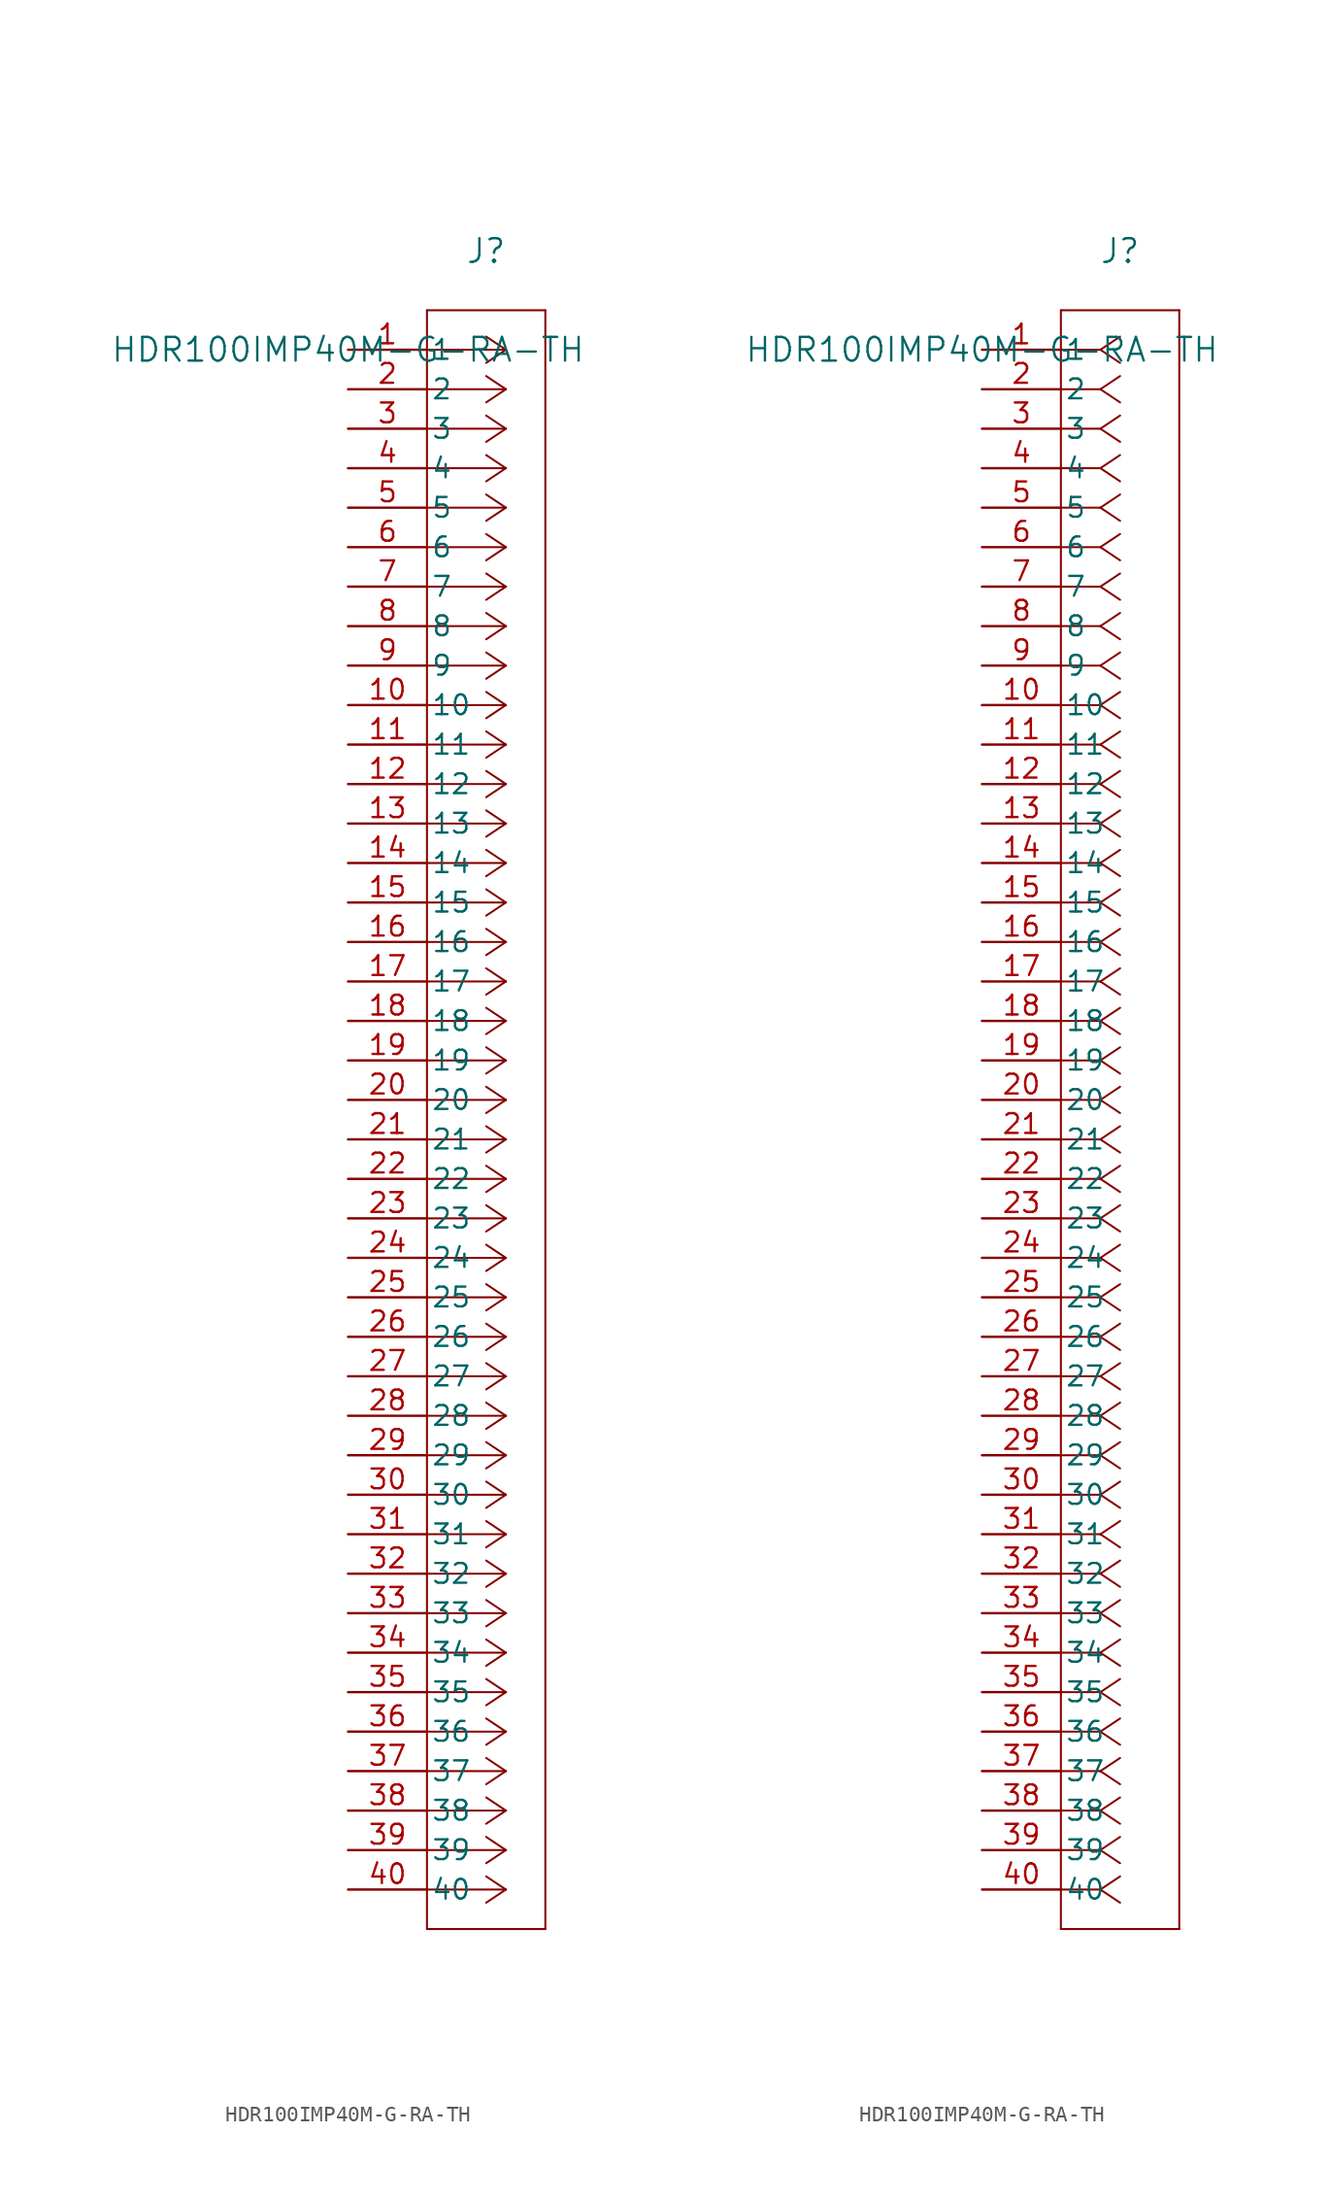
<source format=kicad_sym>
(kicad_symbol_lib
  (version 20211014)
  (generator kicad_symbol_editor)
  (symbol "HDR100IMP40M-G-RA-TH"
    (pin_names
      (offset 0.254))
    (property "Reference" "J"
      (at 8.89 6.35 0)
      (effects (font (size 1.524 1.524))))
    (property "Value" "HDR100IMP40M-G-RA-TH"
      (at 0 0 0)
      (effects (font (size 1.524 1.524))))
    (symbol "HDR100IMP40M-G-RA-TH_1_1"
      (polyline (pts (xy 10.16 0) (xy 5.08 0)) (stroke (width 0.127) (type default) (color 0 0 0 0)) (fill (type none)))
      (polyline (pts (xy 10.16 -2.54) (xy 5.08 -2.54)) (stroke (width 0.127) (type default) (color 0 0 0 0)) (fill (type none)))
      (polyline (pts (xy 10.16 -5.08) (xy 5.08 -5.08)) (stroke (width 0.127) (type default) (color 0 0 0 0)) (fill (type none)))
      (polyline (pts (xy 10.16 -7.62) (xy 5.08 -7.62)) (stroke (width 0.127) (type default) (color 0 0 0 0)) (fill (type none)))
      (polyline (pts (xy 10.16 -10.16) (xy 5.08 -10.16)) (stroke (width 0.127) (type default) (color 0 0 0 0)) (fill (type none)))
      (polyline (pts (xy 10.16 -12.7) (xy 5.08 -12.7)) (stroke (width 0.127) (type default) (color 0 0 0 0)) (fill (type none)))
      (polyline (pts (xy 10.16 -15.24) (xy 5.08 -15.24)) (stroke (width 0.127) (type default) (color 0 0 0 0)) (fill (type none)))
      (polyline (pts (xy 10.16 -17.78) (xy 5.08 -17.78)) (stroke (width 0.127) (type default) (color 0 0 0 0)) (fill (type none)))
      (polyline (pts (xy 10.16 -20.32) (xy 5.08 -20.32)) (stroke (width 0.127) (type default) (color 0 0 0 0)) (fill (type none)))
      (polyline (pts (xy 10.16 -22.86) (xy 5.08 -22.86)) (stroke (width 0.127) (type default) (color 0 0 0 0)) (fill (type none)))
      (polyline (pts (xy 10.16 -25.4) (xy 5.08 -25.4)) (stroke (width 0.127) (type default) (color 0 0 0 0)) (fill (type none)))
      (polyline (pts (xy 10.16 -27.94) (xy 5.08 -27.94)) (stroke (width 0.127) (type default) (color 0 0 0 0)) (fill (type none)))
      (polyline (pts (xy 10.16 -30.48) (xy 5.08 -30.48)) (stroke (width 0.127) (type default) (color 0 0 0 0)) (fill (type none)))
      (polyline (pts (xy 10.16 -33.02) (xy 5.08 -33.02)) (stroke (width 0.127) (type default) (color 0 0 0 0)) (fill (type none)))
      (polyline (pts (xy 10.16 -35.56) (xy 5.08 -35.56)) (stroke (width 0.127) (type default) (color 0 0 0 0)) (fill (type none)))
      (polyline (pts (xy 10.16 -38.1) (xy 5.08 -38.1)) (stroke (width 0.127) (type default) (color 0 0 0 0)) (fill (type none)))
      (polyline (pts (xy 10.16 -40.64) (xy 5.08 -40.64)) (stroke (width 0.127) (type default) (color 0 0 0 0)) (fill (type none)))
      (polyline (pts (xy 10.16 -43.18) (xy 5.08 -43.18)) (stroke (width 0.127) (type default) (color 0 0 0 0)) (fill (type none)))
      (polyline (pts (xy 10.16 -45.72) (xy 5.08 -45.72)) (stroke (width 0.127) (type default) (color 0 0 0 0)) (fill (type none)))
      (polyline (pts (xy 10.16 -48.26) (xy 5.08 -48.26)) (stroke (width 0.127) (type default) (color 0 0 0 0)) (fill (type none)))
      (polyline (pts (xy 10.16 -50.8) (xy 5.08 -50.8)) (stroke (width 0.127) (type default) (color 0 0 0 0)) (fill (type none)))
      (polyline (pts (xy 10.16 -53.34) (xy 5.08 -53.34)) (stroke (width 0.127) (type default) (color 0 0 0 0)) (fill (type none)))
      (polyline (pts (xy 10.16 -55.88) (xy 5.08 -55.88)) (stroke (width 0.127) (type default) (color 0 0 0 0)) (fill (type none)))
      (polyline (pts (xy 10.16 -58.42) (xy 5.08 -58.42)) (stroke (width 0.127) (type default) (color 0 0 0 0)) (fill (type none)))
      (polyline (pts (xy 10.16 -60.96) (xy 5.08 -60.96)) (stroke (width 0.127) (type default) (color 0 0 0 0)) (fill (type none)))
      (polyline (pts (xy 10.16 -63.5) (xy 5.08 -63.5)) (stroke (width 0.127) (type default) (color 0 0 0 0)) (fill (type none)))
      (polyline (pts (xy 10.16 -66.04) (xy 5.08 -66.04)) (stroke (width 0.127) (type default) (color 0 0 0 0)) (fill (type none)))
      (polyline (pts (xy 10.16 -68.58) (xy 5.08 -68.58)) (stroke (width 0.127) (type default) (color 0 0 0 0)) (fill (type none)))
      (polyline (pts (xy 10.16 -71.12) (xy 5.08 -71.12)) (stroke (width 0.127) (type default) (color 0 0 0 0)) (fill (type none)))
      (polyline (pts (xy 10.16 -73.66) (xy 5.08 -73.66)) (stroke (width 0.127) (type default) (color 0 0 0 0)) (fill (type none)))
      (polyline (pts (xy 10.16 -76.2) (xy 5.08 -76.2)) (stroke (width 0.127) (type default) (color 0 0 0 0)) (fill (type none)))
      (polyline (pts (xy 10.16 -78.74) (xy 5.08 -78.74)) (stroke (width 0.127) (type default) (color 0 0 0 0)) (fill (type none)))
      (polyline (pts (xy 10.16 -81.28) (xy 5.08 -81.28)) (stroke (width 0.127) (type default) (color 0 0 0 0)) (fill (type none)))
      (polyline (pts (xy 10.16 -83.82) (xy 5.08 -83.82)) (stroke (width 0.127) (type default) (color 0 0 0 0)) (fill (type none)))
      (polyline (pts (xy 10.16 -86.36) (xy 5.08 -86.36)) (stroke (width 0.127) (type default) (color 0 0 0 0)) (fill (type none)))
      (polyline (pts (xy 10.16 -88.9) (xy 5.08 -88.9)) (stroke (width 0.127) (type default) (color 0 0 0 0)) (fill (type none)))
      (polyline (pts (xy 10.16 -91.44) (xy 5.08 -91.44)) (stroke (width 0.127) (type default) (color 0 0 0 0)) (fill (type none)))
      (polyline (pts (xy 10.16 -93.98) (xy 5.08 -93.98)) (stroke (width 0.127) (type default) (color 0 0 0 0)) (fill (type none)))
      (polyline (pts (xy 10.16 -96.52) (xy 5.08 -96.52)) (stroke (width 0.127) (type default) (color 0 0 0 0)) (fill (type none)))
      (polyline (pts (xy 10.16 -99.06) (xy 5.08 -99.06)) (stroke (width 0.127) (type default) (color 0 0 0 0)) (fill (type none)))
      (polyline (pts (xy 10.16 0) (xy 8.89 0.847)) (stroke (width 0.127) (type default) (color 0 0 0 0)) (fill (type none)))
      (polyline (pts (xy 10.16 -2.54) (xy 8.89 -1.693)) (stroke (width 0.127) (type default) (color 0 0 0 0)) (fill (type none)))
      (polyline (pts (xy 10.16 -5.08) (xy 8.89 -4.233)) (stroke (width 0.127) (type default) (color 0 0 0 0)) (fill (type none)))
      (polyline (pts (xy 10.16 -7.62) (xy 8.89 -6.773)) (stroke (width 0.127) (type default) (color 0 0 0 0)) (fill (type none)))
      (polyline (pts (xy 10.16 -10.16) (xy 8.89 -9.313)) (stroke (width 0.127) (type default) (color 0 0 0 0)) (fill (type none)))
      (polyline (pts (xy 10.16 -12.7) (xy 8.89 -11.853)) (stroke (width 0.127) (type default) (color 0 0 0 0)) (fill (type none)))
      (polyline (pts (xy 10.16 -15.24) (xy 8.89 -14.393)) (stroke (width 0.127) (type default) (color 0 0 0 0)) (fill (type none)))
      (polyline (pts (xy 10.16 -17.78) (xy 8.89 -16.933)) (stroke (width 0.127) (type default) (color 0 0 0 0)) (fill (type none)))
      (polyline (pts (xy 10.16 -20.32) (xy 8.89 -19.473)) (stroke (width 0.127) (type default) (color 0 0 0 0)) (fill (type none)))
      (polyline (pts (xy 10.16 -22.86) (xy 8.89 -22.013)) (stroke (width 0.127) (type default) (color 0 0 0 0)) (fill (type none)))
      (polyline (pts (xy 10.16 -25.4) (xy 8.89 -24.553)) (stroke (width 0.127) (type default) (color 0 0 0 0)) (fill (type none)))
      (polyline (pts (xy 10.16 -27.94) (xy 8.89 -27.093)) (stroke (width 0.127) (type default) (color 0 0 0 0)) (fill (type none)))
      (polyline (pts (xy 10.16 -30.48) (xy 8.89 -29.633)) (stroke (width 0.127) (type default) (color 0 0 0 0)) (fill (type none)))
      (polyline (pts (xy 10.16 -33.02) (xy 8.89 -32.173)) (stroke (width 0.127) (type default) (color 0 0 0 0)) (fill (type none)))
      (polyline (pts (xy 10.16 -35.56) (xy 8.89 -34.713)) (stroke (width 0.127) (type default) (color 0 0 0 0)) (fill (type none)))
      (polyline (pts (xy 10.16 -38.1) (xy 8.89 -37.253)) (stroke (width 0.127) (type default) (color 0 0 0 0)) (fill (type none)))
      (polyline (pts (xy 10.16 -40.64) (xy 8.89 -39.793)) (stroke (width 0.127) (type default) (color 0 0 0 0)) (fill (type none)))
      (polyline (pts (xy 10.16 -43.18) (xy 8.89 -42.333)) (stroke (width 0.127) (type default) (color 0 0 0 0)) (fill (type none)))
      (polyline (pts (xy 10.16 -45.72) (xy 8.89 -44.873)) (stroke (width 0.127) (type default) (color 0 0 0 0)) (fill (type none)))
      (polyline (pts (xy 10.16 -48.26) (xy 8.89 -47.413)) (stroke (width 0.127) (type default) (color 0 0 0 0)) (fill (type none)))
      (polyline (pts (xy 10.16 -50.8) (xy 8.89 -49.953)) (stroke (width 0.127) (type default) (color 0 0 0 0)) (fill (type none)))
      (polyline (pts (xy 10.16 -53.34) (xy 8.89 -52.493)) (stroke (width 0.127) (type default) (color 0 0 0 0)) (fill (type none)))
      (polyline (pts (xy 10.16 -55.88) (xy 8.89 -55.033)) (stroke (width 0.127) (type default) (color 0 0 0 0)) (fill (type none)))
      (polyline (pts (xy 10.16 -58.42) (xy 8.89 -57.573)) (stroke (width 0.127) (type default) (color 0 0 0 0)) (fill (type none)))
      (polyline (pts (xy 10.16 -60.96) (xy 8.89 -60.113)) (stroke (width 0.127) (type default) (color 0 0 0 0)) (fill (type none)))
      (polyline (pts (xy 10.16 -63.5) (xy 8.89 -62.653)) (stroke (width 0.127) (type default) (color 0 0 0 0)) (fill (type none)))
      (polyline (pts (xy 10.16 -66.04) (xy 8.89 -65.193)) (stroke (width 0.127) (type default) (color 0 0 0 0)) (fill (type none)))
      (polyline (pts (xy 10.16 -68.58) (xy 8.89 -67.733)) (stroke (width 0.127) (type default) (color 0 0 0 0)) (fill (type none)))
      (polyline (pts (xy 10.16 -71.12) (xy 8.89 -70.273)) (stroke (width 0.127) (type default) (color 0 0 0 0)) (fill (type none)))
      (polyline (pts (xy 10.16 -73.66) (xy 8.89 -72.813)) (stroke (width 0.127) (type default) (color 0 0 0 0)) (fill (type none)))
      (polyline (pts (xy 10.16 -76.2) (xy 8.89 -75.353)) (stroke (width 0.127) (type default) (color 0 0 0 0)) (fill (type none)))
      (polyline (pts (xy 10.16 -78.74) (xy 8.89 -77.893)) (stroke (width 0.127) (type default) (color 0 0 0 0)) (fill (type none)))
      (polyline (pts (xy 10.16 -81.28) (xy 8.89 -80.433)) (stroke (width 0.127) (type default) (color 0 0 0 0)) (fill (type none)))
      (polyline (pts (xy 10.16 -83.82) (xy 8.89 -82.973)) (stroke (width 0.127) (type default) (color 0 0 0 0)) (fill (type none)))
      (polyline (pts (xy 10.16 -86.36) (xy 8.89 -85.513)) (stroke (width 0.127) (type default) (color 0 0 0 0)) (fill (type none)))
      (polyline (pts (xy 10.16 -88.9) (xy 8.89 -88.053)) (stroke (width 0.127) (type default) (color 0 0 0 0)) (fill (type none)))
      (polyline (pts (xy 10.16 -91.44) (xy 8.89 -90.593)) (stroke (width 0.127) (type default) (color 0 0 0 0)) (fill (type none)))
      (polyline (pts (xy 10.16 -93.98) (xy 8.89 -93.133)) (stroke (width 0.127) (type default) (color 0 0 0 0)) (fill (type none)))
      (polyline (pts (xy 10.16 -96.52) (xy 8.89 -95.673)) (stroke (width 0.127) (type default) (color 0 0 0 0)) (fill (type none)))
      (polyline (pts (xy 10.16 -99.06) (xy 8.89 -98.213)) (stroke (width 0.127) (type default) (color 0 0 0 0)) (fill (type none)))
      (polyline (pts (xy 10.16 0) (xy 8.89 -0.847)) (stroke (width 0.127) (type default) (color 0 0 0 0)) (fill (type none)))
      (polyline (pts (xy 10.16 -2.54) (xy 8.89 -3.387)) (stroke (width 0.127) (type default) (color 0 0 0 0)) (fill (type none)))
      (polyline (pts (xy 10.16 -5.08) (xy 8.89 -5.927)) (stroke (width 0.127) (type default) (color 0 0 0 0)) (fill (type none)))
      (polyline (pts (xy 10.16 -7.62) (xy 8.89 -8.467)) (stroke (width 0.127) (type default) (color 0 0 0 0)) (fill (type none)))
      (polyline (pts (xy 10.16 -10.16) (xy 8.89 -11.007)) (stroke (width 0.127) (type default) (color 0 0 0 0)) (fill (type none)))
      (polyline (pts (xy 10.16 -12.7) (xy 8.89 -13.547)) (stroke (width 0.127) (type default) (color 0 0 0 0)) (fill (type none)))
      (polyline (pts (xy 10.16 -15.24) (xy 8.89 -16.087)) (stroke (width 0.127) (type default) (color 0 0 0 0)) (fill (type none)))
      (polyline (pts (xy 10.16 -17.78) (xy 8.89 -18.627)) (stroke (width 0.127) (type default) (color 0 0 0 0)) (fill (type none)))
      (polyline (pts (xy 10.16 -20.32) (xy 8.89 -21.167)) (stroke (width 0.127) (type default) (color 0 0 0 0)) (fill (type none)))
      (polyline (pts (xy 10.16 -22.86) (xy 8.89 -23.707)) (stroke (width 0.127) (type default) (color 0 0 0 0)) (fill (type none)))
      (polyline (pts (xy 10.16 -25.4) (xy 8.89 -26.247)) (stroke (width 0.127) (type default) (color 0 0 0 0)) (fill (type none)))
      (polyline (pts (xy 10.16 -27.94) (xy 8.89 -28.787)) (stroke (width 0.127) (type default) (color 0 0 0 0)) (fill (type none)))
      (polyline (pts (xy 10.16 -30.48) (xy 8.89 -31.327)) (stroke (width 0.127) (type default) (color 0 0 0 0)) (fill (type none)))
      (polyline (pts (xy 10.16 -33.02) (xy 8.89 -33.867)) (stroke (width 0.127) (type default) (color 0 0 0 0)) (fill (type none)))
      (polyline (pts (xy 10.16 -35.56) (xy 8.89 -36.407)) (stroke (width 0.127) (type default) (color 0 0 0 0)) (fill (type none)))
      (polyline (pts (xy 10.16 -38.1) (xy 8.89 -38.947)) (stroke (width 0.127) (type default) (color 0 0 0 0)) (fill (type none)))
      (polyline (pts (xy 10.16 -40.64) (xy 8.89 -41.487)) (stroke (width 0.127) (type default) (color 0 0 0 0)) (fill (type none)))
      (polyline (pts (xy 10.16 -43.18) (xy 8.89 -44.027)) (stroke (width 0.127) (type default) (color 0 0 0 0)) (fill (type none)))
      (polyline (pts (xy 10.16 -45.72) (xy 8.89 -46.567)) (stroke (width 0.127) (type default) (color 0 0 0 0)) (fill (type none)))
      (polyline (pts (xy 10.16 -48.26) (xy 8.89 -49.107)) (stroke (width 0.127) (type default) (color 0 0 0 0)) (fill (type none)))
      (polyline (pts (xy 10.16 -50.8) (xy 8.89 -51.647)) (stroke (width 0.127) (type default) (color 0 0 0 0)) (fill (type none)))
      (polyline (pts (xy 10.16 -53.34) (xy 8.89 -54.187)) (stroke (width 0.127) (type default) (color 0 0 0 0)) (fill (type none)))
      (polyline (pts (xy 10.16 -55.88) (xy 8.89 -56.727)) (stroke (width 0.127) (type default) (color 0 0 0 0)) (fill (type none)))
      (polyline (pts (xy 10.16 -58.42) (xy 8.89 -59.267)) (stroke (width 0.127) (type default) (color 0 0 0 0)) (fill (type none)))
      (polyline (pts (xy 10.16 -60.96) (xy 8.89 -61.807)) (stroke (width 0.127) (type default) (color 0 0 0 0)) (fill (type none)))
      (polyline (pts (xy 10.16 -63.5) (xy 8.89 -64.347)) (stroke (width 0.127) (type default) (color 0 0 0 0)) (fill (type none)))
      (polyline (pts (xy 10.16 -66.04) (xy 8.89 -66.887)) (stroke (width 0.127) (type default) (color 0 0 0 0)) (fill (type none)))
      (polyline (pts (xy 10.16 -68.58) (xy 8.89 -69.427)) (stroke (width 0.127) (type default) (color 0 0 0 0)) (fill (type none)))
      (polyline (pts (xy 10.16 -71.12) (xy 8.89 -71.967)) (stroke (width 0.127) (type default) (color 0 0 0 0)) (fill (type none)))
      (polyline (pts (xy 10.16 -73.66) (xy 8.89 -74.507)) (stroke (width 0.127) (type default) (color 0 0 0 0)) (fill (type none)))
      (polyline (pts (xy 10.16 -76.2) (xy 8.89 -77.047)) (stroke (width 0.127) (type default) (color 0 0 0 0)) (fill (type none)))
      (polyline (pts (xy 10.16 -78.74) (xy 8.89 -79.587)) (stroke (width 0.127) (type default) (color 0 0 0 0)) (fill (type none)))
      (polyline (pts (xy 10.16 -81.28) (xy 8.89 -82.127)) (stroke (width 0.127) (type default) (color 0 0 0 0)) (fill (type none)))
      (polyline (pts (xy 10.16 -83.82) (xy 8.89 -84.667)) (stroke (width 0.127) (type default) (color 0 0 0 0)) (fill (type none)))
      (polyline (pts (xy 10.16 -86.36) (xy 8.89 -87.207)) (stroke (width 0.127) (type default) (color 0 0 0 0)) (fill (type none)))
      (polyline (pts (xy 10.16 -88.9) (xy 8.89 -89.747)) (stroke (width 0.127) (type default) (color 0 0 0 0)) (fill (type none)))
      (polyline (pts (xy 10.16 -91.44) (xy 8.89 -92.287)) (stroke (width 0.127) (type default) (color 0 0 0 0)) (fill (type none)))
      (polyline (pts (xy 10.16 -93.98) (xy 8.89 -94.827)) (stroke (width 0.127) (type default) (color 0 0 0 0)) (fill (type none)))
      (polyline (pts (xy 10.16 -96.52) (xy 8.89 -97.367)) (stroke (width 0.127) (type default) (color 0 0 0 0)) (fill (type none)))
      (polyline (pts (xy 10.16 -99.06) (xy 8.89 -99.907)) (stroke (width 0.127) (type default) (color 0 0 0 0)) (fill (type none)))
      (polyline (pts (xy 5.08 2.54) (xy 5.08 -101.6)) (stroke (width 0.127) (type default) (color 0 0 0 0)) (fill (type none)))
      (polyline (pts (xy 5.08 -101.6) (xy 12.7 -101.6)) (stroke (width 0.127) (type default) (color 0 0 0 0)) (fill (type none)))
      (polyline (pts (xy 12.7 -101.6) (xy 12.7 2.54)) (stroke (width 0.127) (type default) (color 0 0 0 0)) (fill (type none)))
      (polyline (pts (xy 12.7 2.54) (xy 5.08 2.54)) (stroke (width 0.127) (type default) (color 0 0 0 0)) (fill (type none)))
      (pin unspecified line (at 0 0 0) (length 5.08) (name "1" (effects (font (size 1.27 1.27)))) (number "1" (effects (font (size 1.27 1.27)))))
      (pin unspecified line (at 0 -2.54 0) (length 5.08) (name "2" (effects (font (size 1.27 1.27)))) (number "2" (effects (font (size 1.27 1.27)))))
      (pin unspecified line (at 0 -5.08 0) (length 5.08) (name "3" (effects (font (size 1.27 1.27)))) (number "3" (effects (font (size 1.27 1.27)))))
      (pin unspecified line (at 0 -7.62 0) (length 5.08) (name "4" (effects (font (size 1.27 1.27)))) (number "4" (effects (font (size 1.27 1.27)))))
      (pin unspecified line (at 0 -10.16 0) (length 5.08) (name "5" (effects (font (size 1.27 1.27)))) (number "5" (effects (font (size 1.27 1.27)))))
      (pin unspecified line (at 0 -12.7 0) (length 5.08) (name "6" (effects (font (size 1.27 1.27)))) (number "6" (effects (font (size 1.27 1.27)))))
      (pin unspecified line (at 0 -15.24 0) (length 5.08) (name "7" (effects (font (size 1.27 1.27)))) (number "7" (effects (font (size 1.27 1.27)))))
      (pin unspecified line (at 0 -17.78 0) (length 5.08) (name "8" (effects (font (size 1.27 1.27)))) (number "8" (effects (font (size 1.27 1.27)))))
      (pin unspecified line (at 0 -20.32 0) (length 5.08) (name "9" (effects (font (size 1.27 1.27)))) (number "9" (effects (font (size 1.27 1.27)))))
      (pin unspecified line (at 0 -22.86 0) (length 5.08) (name "10" (effects (font (size 1.27 1.27)))) (number "10" (effects (font (size 1.27 1.27)))))
      (pin unspecified line (at 0 -25.4 0) (length 5.08) (name "11" (effects (font (size 1.27 1.27)))) (number "11" (effects (font (size 1.27 1.27)))))
      (pin unspecified line (at 0 -27.94 0) (length 5.08) (name "12" (effects (font (size 1.27 1.27)))) (number "12" (effects (font (size 1.27 1.27)))))
      (pin unspecified line (at 0 -30.48 0) (length 5.08) (name "13" (effects (font (size 1.27 1.27)))) (number "13" (effects (font (size 1.27 1.27)))))
      (pin unspecified line (at 0 -33.02 0) (length 5.08) (name "14" (effects (font (size 1.27 1.27)))) (number "14" (effects (font (size 1.27 1.27)))))
      (pin unspecified line (at 0 -35.56 0) (length 5.08) (name "15" (effects (font (size 1.27 1.27)))) (number "15" (effects (font (size 1.27 1.27)))))
      (pin unspecified line (at 0 -38.1 0) (length 5.08) (name "16" (effects (font (size 1.27 1.27)))) (number "16" (effects (font (size 1.27 1.27)))))
      (pin unspecified line (at 0 -40.64 0) (length 5.08) (name "17" (effects (font (size 1.27 1.27)))) (number "17" (effects (font (size 1.27 1.27)))))
      (pin unspecified line (at 0 -43.18 0) (length 5.08) (name "18" (effects (font (size 1.27 1.27)))) (number "18" (effects (font (size 1.27 1.27)))))
      (pin unspecified line (at 0 -45.72 0) (length 5.08) (name "19" (effects (font (size 1.27 1.27)))) (number "19" (effects (font (size 1.27 1.27)))))
      (pin unspecified line (at 0 -48.26 0) (length 5.08) (name "20" (effects (font (size 1.27 1.27)))) (number "20" (effects (font (size 1.27 1.27)))))
      (pin unspecified line (at 0 -50.8 0) (length 5.08) (name "21" (effects (font (size 1.27 1.27)))) (number "21" (effects (font (size 1.27 1.27)))))
      (pin unspecified line (at 0 -53.34 0) (length 5.08) (name "22" (effects (font (size 1.27 1.27)))) (number "22" (effects (font (size 1.27 1.27)))))
      (pin unspecified line (at 0 -55.88 0) (length 5.08) (name "23" (effects (font (size 1.27 1.27)))) (number "23" (effects (font (size 1.27 1.27)))))
      (pin unspecified line (at 0 -58.42 0) (length 5.08) (name "24" (effects (font (size 1.27 1.27)))) (number "24" (effects (font (size 1.27 1.27)))))
      (pin unspecified line (at 0 -60.96 0) (length 5.08) (name "25" (effects (font (size 1.27 1.27)))) (number "25" (effects (font (size 1.27 1.27)))))
      (pin unspecified line (at 0 -63.5 0) (length 5.08) (name "26" (effects (font (size 1.27 1.27)))) (number "26" (effects (font (size 1.27 1.27)))))
      (pin unspecified line (at 0 -66.04 0) (length 5.08) (name "27" (effects (font (size 1.27 1.27)))) (number "27" (effects (font (size 1.27 1.27)))))
      (pin unspecified line (at 0 -68.58 0) (length 5.08) (name "28" (effects (font (size 1.27 1.27)))) (number "28" (effects (font (size 1.27 1.27)))))
      (pin unspecified line (at 0 -71.12 0) (length 5.08) (name "29" (effects (font (size 1.27 1.27)))) (number "29" (effects (font (size 1.27 1.27)))))
      (pin unspecified line (at 0 -73.66 0) (length 5.08) (name "30" (effects (font (size 1.27 1.27)))) (number "30" (effects (font (size 1.27 1.27)))))
      (pin unspecified line (at 0 -76.2 0) (length 5.08) (name "31" (effects (font (size 1.27 1.27)))) (number "31" (effects (font (size 1.27 1.27)))))
      (pin unspecified line (at 0 -78.74 0) (length 5.08) (name "32" (effects (font (size 1.27 1.27)))) (number "32" (effects (font (size 1.27 1.27)))))
      (pin unspecified line (at 0 -81.28 0) (length 5.08) (name "33" (effects (font (size 1.27 1.27)))) (number "33" (effects (font (size 1.27 1.27)))))
      (pin unspecified line (at 0 -83.82 0) (length 5.08) (name "34" (effects (font (size 1.27 1.27)))) (number "34" (effects (font (size 1.27 1.27)))))
      (pin unspecified line (at 0 -86.36 0) (length 5.08) (name "35" (effects (font (size 1.27 1.27)))) (number "35" (effects (font (size 1.27 1.27)))))
      (pin unspecified line (at 0 -88.9 0) (length 5.08) (name "36" (effects (font (size 1.27 1.27)))) (number "36" (effects (font (size 1.27 1.27)))))
      (pin unspecified line (at 0 -91.44 0) (length 5.08) (name "37" (effects (font (size 1.27 1.27)))) (number "37" (effects (font (size 1.27 1.27)))))
      (pin unspecified line (at 0 -93.98 0) (length 5.08) (name "38" (effects (font (size 1.27 1.27)))) (number "38" (effects (font (size 1.27 1.27)))))
      (pin unspecified line (at 0 -96.52 0) (length 5.08) (name "39" (effects (font (size 1.27 1.27)))) (number "39" (effects (font (size 1.27 1.27)))))
      (pin unspecified line (at 0 -99.06 0) (length 5.08) (name "40" (effects (font (size 1.27 1.27)))) (number "40" (effects (font (size 1.27 1.27))))))
    (symbol "HDR100IMP40M-G-RA-TH_1_2"
      (polyline (pts (xy 7.62 0) (xy 5.08 0)) (stroke (width 0.127) (type default) (color 0 0 0 0)) (fill (type none)))
      (polyline (pts (xy 7.62 -2.54) (xy 5.08 -2.54)) (stroke (width 0.127) (type default) (color 0 0 0 0)) (fill (type none)))
      (polyline (pts (xy 7.62 -5.08) (xy 5.08 -5.08)) (stroke (width 0.127) (type default) (color 0 0 0 0)) (fill (type none)))
      (polyline (pts (xy 7.62 -7.62) (xy 5.08 -7.62)) (stroke (width 0.127) (type default) (color 0 0 0 0)) (fill (type none)))
      (polyline (pts (xy 7.62 -10.16) (xy 5.08 -10.16)) (stroke (width 0.127) (type default) (color 0 0 0 0)) (fill (type none)))
      (polyline (pts (xy 7.62 -12.7) (xy 5.08 -12.7)) (stroke (width 0.127) (type default) (color 0 0 0 0)) (fill (type none)))
      (polyline (pts (xy 7.62 -15.24) (xy 5.08 -15.24)) (stroke (width 0.127) (type default) (color 0 0 0 0)) (fill (type none)))
      (polyline (pts (xy 7.62 -17.78) (xy 5.08 -17.78)) (stroke (width 0.127) (type default) (color 0 0 0 0)) (fill (type none)))
      (polyline (pts (xy 7.62 -20.32) (xy 5.08 -20.32)) (stroke (width 0.127) (type default) (color 0 0 0 0)) (fill (type none)))
      (polyline (pts (xy 7.62 -22.86) (xy 5.08 -22.86)) (stroke (width 0.127) (type default) (color 0 0 0 0)) (fill (type none)))
      (polyline (pts (xy 7.62 -25.4) (xy 5.08 -25.4)) (stroke (width 0.127) (type default) (color 0 0 0 0)) (fill (type none)))
      (polyline (pts (xy 7.62 -27.94) (xy 5.08 -27.94)) (stroke (width 0.127) (type default) (color 0 0 0 0)) (fill (type none)))
      (polyline (pts (xy 7.62 -30.48) (xy 5.08 -30.48)) (stroke (width 0.127) (type default) (color 0 0 0 0)) (fill (type none)))
      (polyline (pts (xy 7.62 -33.02) (xy 5.08 -33.02)) (stroke (width 0.127) (type default) (color 0 0 0 0)) (fill (type none)))
      (polyline (pts (xy 7.62 -35.56) (xy 5.08 -35.56)) (stroke (width 0.127) (type default) (color 0 0 0 0)) (fill (type none)))
      (polyline (pts (xy 7.62 -38.1) (xy 5.08 -38.1)) (stroke (width 0.127) (type default) (color 0 0 0 0)) (fill (type none)))
      (polyline (pts (xy 7.62 -40.64) (xy 5.08 -40.64)) (stroke (width 0.127) (type default) (color 0 0 0 0)) (fill (type none)))
      (polyline (pts (xy 7.62 -43.18) (xy 5.08 -43.18)) (stroke (width 0.127) (type default) (color 0 0 0 0)) (fill (type none)))
      (polyline (pts (xy 7.62 -45.72) (xy 5.08 -45.72)) (stroke (width 0.127) (type default) (color 0 0 0 0)) (fill (type none)))
      (polyline (pts (xy 7.62 -48.26) (xy 5.08 -48.26)) (stroke (width 0.127) (type default) (color 0 0 0 0)) (fill (type none)))
      (polyline (pts (xy 7.62 -50.8) (xy 5.08 -50.8)) (stroke (width 0.127) (type default) (color 0 0 0 0)) (fill (type none)))
      (polyline (pts (xy 7.62 -53.34) (xy 5.08 -53.34)) (stroke (width 0.127) (type default) (color 0 0 0 0)) (fill (type none)))
      (polyline (pts (xy 7.62 -55.88) (xy 5.08 -55.88)) (stroke (width 0.127) (type default) (color 0 0 0 0)) (fill (type none)))
      (polyline (pts (xy 7.62 -58.42) (xy 5.08 -58.42)) (stroke (width 0.127) (type default) (color 0 0 0 0)) (fill (type none)))
      (polyline (pts (xy 7.62 -60.96) (xy 5.08 -60.96)) (stroke (width 0.127) (type default) (color 0 0 0 0)) (fill (type none)))
      (polyline (pts (xy 7.62 -63.5) (xy 5.08 -63.5)) (stroke (width 0.127) (type default) (color 0 0 0 0)) (fill (type none)))
      (polyline (pts (xy 7.62 -66.04) (xy 5.08 -66.04)) (stroke (width 0.127) (type default) (color 0 0 0 0)) (fill (type none)))
      (polyline (pts (xy 7.62 -68.58) (xy 5.08 -68.58)) (stroke (width 0.127) (type default) (color 0 0 0 0)) (fill (type none)))
      (polyline (pts (xy 7.62 -71.12) (xy 5.08 -71.12)) (stroke (width 0.127) (type default) (color 0 0 0 0)) (fill (type none)))
      (polyline (pts (xy 7.62 -73.66) (xy 5.08 -73.66)) (stroke (width 0.127) (type default) (color 0 0 0 0)) (fill (type none)))
      (polyline (pts (xy 7.62 -76.2) (xy 5.08 -76.2)) (stroke (width 0.127) (type default) (color 0 0 0 0)) (fill (type none)))
      (polyline (pts (xy 7.62 -78.74) (xy 5.08 -78.74)) (stroke (width 0.127) (type default) (color 0 0 0 0)) (fill (type none)))
      (polyline (pts (xy 7.62 -81.28) (xy 5.08 -81.28)) (stroke (width 0.127) (type default) (color 0 0 0 0)) (fill (type none)))
      (polyline (pts (xy 7.62 -83.82) (xy 5.08 -83.82)) (stroke (width 0.127) (type default) (color 0 0 0 0)) (fill (type none)))
      (polyline (pts (xy 7.62 -86.36) (xy 5.08 -86.36)) (stroke (width 0.127) (type default) (color 0 0 0 0)) (fill (type none)))
      (polyline (pts (xy 7.62 -88.9) (xy 5.08 -88.9)) (stroke (width 0.127) (type default) (color 0 0 0 0)) (fill (type none)))
      (polyline (pts (xy 7.62 -91.44) (xy 5.08 -91.44)) (stroke (width 0.127) (type default) (color 0 0 0 0)) (fill (type none)))
      (polyline (pts (xy 7.62 -93.98) (xy 5.08 -93.98)) (stroke (width 0.127) (type default) (color 0 0 0 0)) (fill (type none)))
      (polyline (pts (xy 7.62 -96.52) (xy 5.08 -96.52)) (stroke (width 0.127) (type default) (color 0 0 0 0)) (fill (type none)))
      (polyline (pts (xy 7.62 -99.06) (xy 5.08 -99.06)) (stroke (width 0.127) (type default) (color 0 0 0 0)) (fill (type none)))
      (polyline (pts (xy 7.62 0) (xy 8.89 0.847)) (stroke (width 0.127) (type default) (color 0 0 0 0)) (fill (type none)))
      (polyline (pts (xy 7.62 -2.54) (xy 8.89 -1.693)) (stroke (width 0.127) (type default) (color 0 0 0 0)) (fill (type none)))
      (polyline (pts (xy 7.62 -5.08) (xy 8.89 -4.233)) (stroke (width 0.127) (type default) (color 0 0 0 0)) (fill (type none)))
      (polyline (pts (xy 7.62 -7.62) (xy 8.89 -6.773)) (stroke (width 0.127) (type default) (color 0 0 0 0)) (fill (type none)))
      (polyline (pts (xy 7.62 -10.16) (xy 8.89 -9.313)) (stroke (width 0.127) (type default) (color 0 0 0 0)) (fill (type none)))
      (polyline (pts (xy 7.62 -12.7) (xy 8.89 -11.853)) (stroke (width 0.127) (type default) (color 0 0 0 0)) (fill (type none)))
      (polyline (pts (xy 7.62 -15.24) (xy 8.89 -14.393)) (stroke (width 0.127) (type default) (color 0 0 0 0)) (fill (type none)))
      (polyline (pts (xy 7.62 -17.78) (xy 8.89 -16.933)) (stroke (width 0.127) (type default) (color 0 0 0 0)) (fill (type none)))
      (polyline (pts (xy 7.62 -20.32) (xy 8.89 -19.473)) (stroke (width 0.127) (type default) (color 0 0 0 0)) (fill (type none)))
      (polyline (pts (xy 7.62 -22.86) (xy 8.89 -22.013)) (stroke (width 0.127) (type default) (color 0 0 0 0)) (fill (type none)))
      (polyline (pts (xy 7.62 -25.4) (xy 8.89 -24.553)) (stroke (width 0.127) (type default) (color 0 0 0 0)) (fill (type none)))
      (polyline (pts (xy 7.62 -27.94) (xy 8.89 -27.093)) (stroke (width 0.127) (type default) (color 0 0 0 0)) (fill (type none)))
      (polyline (pts (xy 7.62 -30.48) (xy 8.89 -29.633)) (stroke (width 0.127) (type default) (color 0 0 0 0)) (fill (type none)))
      (polyline (pts (xy 7.62 -33.02) (xy 8.89 -32.173)) (stroke (width 0.127) (type default) (color 0 0 0 0)) (fill (type none)))
      (polyline (pts (xy 7.62 -35.56) (xy 8.89 -34.713)) (stroke (width 0.127) (type default) (color 0 0 0 0)) (fill (type none)))
      (polyline (pts (xy 7.62 -38.1) (xy 8.89 -37.253)) (stroke (width 0.127) (type default) (color 0 0 0 0)) (fill (type none)))
      (polyline (pts (xy 7.62 -40.64) (xy 8.89 -39.793)) (stroke (width 0.127) (type default) (color 0 0 0 0)) (fill (type none)))
      (polyline (pts (xy 7.62 -43.18) (xy 8.89 -42.333)) (stroke (width 0.127) (type default) (color 0 0 0 0)) (fill (type none)))
      (polyline (pts (xy 7.62 -45.72) (xy 8.89 -44.873)) (stroke (width 0.127) (type default) (color 0 0 0 0)) (fill (type none)))
      (polyline (pts (xy 7.62 -48.26) (xy 8.89 -47.413)) (stroke (width 0.127) (type default) (color 0 0 0 0)) (fill (type none)))
      (polyline (pts (xy 7.62 -50.8) (xy 8.89 -49.953)) (stroke (width 0.127) (type default) (color 0 0 0 0)) (fill (type none)))
      (polyline (pts (xy 7.62 -53.34) (xy 8.89 -52.493)) (stroke (width 0.127) (type default) (color 0 0 0 0)) (fill (type none)))
      (polyline (pts (xy 7.62 -55.88) (xy 8.89 -55.033)) (stroke (width 0.127) (type default) (color 0 0 0 0)) (fill (type none)))
      (polyline (pts (xy 7.62 -58.42) (xy 8.89 -57.573)) (stroke (width 0.127) (type default) (color 0 0 0 0)) (fill (type none)))
      (polyline (pts (xy 7.62 -60.96) (xy 8.89 -60.113)) (stroke (width 0.127) (type default) (color 0 0 0 0)) (fill (type none)))
      (polyline (pts (xy 7.62 -63.5) (xy 8.89 -62.653)) (stroke (width 0.127) (type default) (color 0 0 0 0)) (fill (type none)))
      (polyline (pts (xy 7.62 -66.04) (xy 8.89 -65.193)) (stroke (width 0.127) (type default) (color 0 0 0 0)) (fill (type none)))
      (polyline (pts (xy 7.62 -68.58) (xy 8.89 -67.733)) (stroke (width 0.127) (type default) (color 0 0 0 0)) (fill (type none)))
      (polyline (pts (xy 7.62 -71.12) (xy 8.89 -70.273)) (stroke (width 0.127) (type default) (color 0 0 0 0)) (fill (type none)))
      (polyline (pts (xy 7.62 -73.66) (xy 8.89 -72.813)) (stroke (width 0.127) (type default) (color 0 0 0 0)) (fill (type none)))
      (polyline (pts (xy 7.62 -76.2) (xy 8.89 -75.353)) (stroke (width 0.127) (type default) (color 0 0 0 0)) (fill (type none)))
      (polyline (pts (xy 7.62 -78.74) (xy 8.89 -77.893)) (stroke (width 0.127) (type default) (color 0 0 0 0)) (fill (type none)))
      (polyline (pts (xy 7.62 -81.28) (xy 8.89 -80.433)) (stroke (width 0.127) (type default) (color 0 0 0 0)) (fill (type none)))
      (polyline (pts (xy 7.62 -83.82) (xy 8.89 -82.973)) (stroke (width 0.127) (type default) (color 0 0 0 0)) (fill (type none)))
      (polyline (pts (xy 7.62 -86.36) (xy 8.89 -85.513)) (stroke (width 0.127) (type default) (color 0 0 0 0)) (fill (type none)))
      (polyline (pts (xy 7.62 -88.9) (xy 8.89 -88.053)) (stroke (width 0.127) (type default) (color 0 0 0 0)) (fill (type none)))
      (polyline (pts (xy 7.62 -91.44) (xy 8.89 -90.593)) (stroke (width 0.127) (type default) (color 0 0 0 0)) (fill (type none)))
      (polyline (pts (xy 7.62 -93.98) (xy 8.89 -93.133)) (stroke (width 0.127) (type default) (color 0 0 0 0)) (fill (type none)))
      (polyline (pts (xy 7.62 -96.52) (xy 8.89 -95.673)) (stroke (width 0.127) (type default) (color 0 0 0 0)) (fill (type none)))
      (polyline (pts (xy 7.62 -99.06) (xy 8.89 -98.213)) (stroke (width 0.127) (type default) (color 0 0 0 0)) (fill (type none)))
      (polyline (pts (xy 7.62 0) (xy 8.89 -0.847)) (stroke (width 0.127) (type default) (color 0 0 0 0)) (fill (type none)))
      (polyline (pts (xy 7.62 -2.54) (xy 8.89 -3.387)) (stroke (width 0.127) (type default) (color 0 0 0 0)) (fill (type none)))
      (polyline (pts (xy 7.62 -5.08) (xy 8.89 -5.927)) (stroke (width 0.127) (type default) (color 0 0 0 0)) (fill (type none)))
      (polyline (pts (xy 7.62 -7.62) (xy 8.89 -8.467)) (stroke (width 0.127) (type default) (color 0 0 0 0)) (fill (type none)))
      (polyline (pts (xy 7.62 -10.16) (xy 8.89 -11.007)) (stroke (width 0.127) (type default) (color 0 0 0 0)) (fill (type none)))
      (polyline (pts (xy 7.62 -12.7) (xy 8.89 -13.547)) (stroke (width 0.127) (type default) (color 0 0 0 0)) (fill (type none)))
      (polyline (pts (xy 7.62 -15.24) (xy 8.89 -16.087)) (stroke (width 0.127) (type default) (color 0 0 0 0)) (fill (type none)))
      (polyline (pts (xy 7.62 -17.78) (xy 8.89 -18.627)) (stroke (width 0.127) (type default) (color 0 0 0 0)) (fill (type none)))
      (polyline (pts (xy 7.62 -20.32) (xy 8.89 -21.167)) (stroke (width 0.127) (type default) (color 0 0 0 0)) (fill (type none)))
      (polyline (pts (xy 7.62 -22.86) (xy 8.89 -23.707)) (stroke (width 0.127) (type default) (color 0 0 0 0)) (fill (type none)))
      (polyline (pts (xy 7.62 -25.4) (xy 8.89 -26.247)) (stroke (width 0.127) (type default) (color 0 0 0 0)) (fill (type none)))
      (polyline (pts (xy 7.62 -27.94) (xy 8.89 -28.787)) (stroke (width 0.127) (type default) (color 0 0 0 0)) (fill (type none)))
      (polyline (pts (xy 7.62 -30.48) (xy 8.89 -31.327)) (stroke (width 0.127) (type default) (color 0 0 0 0)) (fill (type none)))
      (polyline (pts (xy 7.62 -33.02) (xy 8.89 -33.867)) (stroke (width 0.127) (type default) (color 0 0 0 0)) (fill (type none)))
      (polyline (pts (xy 7.62 -35.56) (xy 8.89 -36.407)) (stroke (width 0.127) (type default) (color 0 0 0 0)) (fill (type none)))
      (polyline (pts (xy 7.62 -38.1) (xy 8.89 -38.947)) (stroke (width 0.127) (type default) (color 0 0 0 0)) (fill (type none)))
      (polyline (pts (xy 7.62 -40.64) (xy 8.89 -41.487)) (stroke (width 0.127) (type default) (color 0 0 0 0)) (fill (type none)))
      (polyline (pts (xy 7.62 -43.18) (xy 8.89 -44.027)) (stroke (width 0.127) (type default) (color 0 0 0 0)) (fill (type none)))
      (polyline (pts (xy 7.62 -45.72) (xy 8.89 -46.567)) (stroke (width 0.127) (type default) (color 0 0 0 0)) (fill (type none)))
      (polyline (pts (xy 7.62 -48.26) (xy 8.89 -49.107)) (stroke (width 0.127) (type default) (color 0 0 0 0)) (fill (type none)))
      (polyline (pts (xy 7.62 -50.8) (xy 8.89 -51.647)) (stroke (width 0.127) (type default) (color 0 0 0 0)) (fill (type none)))
      (polyline (pts (xy 7.62 -53.34) (xy 8.89 -54.187)) (stroke (width 0.127) (type default) (color 0 0 0 0)) (fill (type none)))
      (polyline (pts (xy 7.62 -55.88) (xy 8.89 -56.727)) (stroke (width 0.127) (type default) (color 0 0 0 0)) (fill (type none)))
      (polyline (pts (xy 7.62 -58.42) (xy 8.89 -59.267)) (stroke (width 0.127) (type default) (color 0 0 0 0)) (fill (type none)))
      (polyline (pts (xy 7.62 -60.96) (xy 8.89 -61.807)) (stroke (width 0.127) (type default) (color 0 0 0 0)) (fill (type none)))
      (polyline (pts (xy 7.62 -63.5) (xy 8.89 -64.347)) (stroke (width 0.127) (type default) (color 0 0 0 0)) (fill (type none)))
      (polyline (pts (xy 7.62 -66.04) (xy 8.89 -66.887)) (stroke (width 0.127) (type default) (color 0 0 0 0)) (fill (type none)))
      (polyline (pts (xy 7.62 -68.58) (xy 8.89 -69.427)) (stroke (width 0.127) (type default) (color 0 0 0 0)) (fill (type none)))
      (polyline (pts (xy 7.62 -71.12) (xy 8.89 -71.967)) (stroke (width 0.127) (type default) (color 0 0 0 0)) (fill (type none)))
      (polyline (pts (xy 7.62 -73.66) (xy 8.89 -74.507)) (stroke (width 0.127) (type default) (color 0 0 0 0)) (fill (type none)))
      (polyline (pts (xy 7.62 -76.2) (xy 8.89 -77.047)) (stroke (width 0.127) (type default) (color 0 0 0 0)) (fill (type none)))
      (polyline (pts (xy 7.62 -78.74) (xy 8.89 -79.587)) (stroke (width 0.127) (type default) (color 0 0 0 0)) (fill (type none)))
      (polyline (pts (xy 7.62 -81.28) (xy 8.89 -82.127)) (stroke (width 0.127) (type default) (color 0 0 0 0)) (fill (type none)))
      (polyline (pts (xy 7.62 -83.82) (xy 8.89 -84.667)) (stroke (width 0.127) (type default) (color 0 0 0 0)) (fill (type none)))
      (polyline (pts (xy 7.62 -86.36) (xy 8.89 -87.207)) (stroke (width 0.127) (type default) (color 0 0 0 0)) (fill (type none)))
      (polyline (pts (xy 7.62 -88.9) (xy 8.89 -89.747)) (stroke (width 0.127) (type default) (color 0 0 0 0)) (fill (type none)))
      (polyline (pts (xy 7.62 -91.44) (xy 8.89 -92.287)) (stroke (width 0.127) (type default) (color 0 0 0 0)) (fill (type none)))
      (polyline (pts (xy 7.62 -93.98) (xy 8.89 -94.827)) (stroke (width 0.127) (type default) (color 0 0 0 0)) (fill (type none)))
      (polyline (pts (xy 7.62 -96.52) (xy 8.89 -97.367)) (stroke (width 0.127) (type default) (color 0 0 0 0)) (fill (type none)))
      (polyline (pts (xy 7.62 -99.06) (xy 8.89 -99.907)) (stroke (width 0.127) (type default) (color 0 0 0 0)) (fill (type none)))
      (polyline (pts (xy 5.08 2.54) (xy 5.08 -101.6)) (stroke (width 0.127) (type default) (color 0 0 0 0)) (fill (type none)))
      (polyline (pts (xy 5.08 -101.6) (xy 12.7 -101.6)) (stroke (width 0.127) (type default) (color 0 0 0 0)) (fill (type none)))
      (polyline (pts (xy 12.7 -101.6) (xy 12.7 2.54)) (stroke (width 0.127) (type default) (color 0 0 0 0)) (fill (type none)))
      (polyline (pts (xy 12.7 2.54) (xy 5.08 2.54)) (stroke (width 0.127) (type default) (color 0 0 0 0)) (fill (type none)))
      (pin unspecified line (at 0 0 0) (length 5.08) (name "1" (effects (font (size 1.27 1.27)))) (number "1" (effects (font (size 1.27 1.27)))))
      (pin unspecified line (at 0 -2.54 0) (length 5.08) (name "2" (effects (font (size 1.27 1.27)))) (number "2" (effects (font (size 1.27 1.27)))))
      (pin unspecified line (at 0 -5.08 0) (length 5.08) (name "3" (effects (font (size 1.27 1.27)))) (number "3" (effects (font (size 1.27 1.27)))))
      (pin unspecified line (at 0 -7.62 0) (length 5.08) (name "4" (effects (font (size 1.27 1.27)))) (number "4" (effects (font (size 1.27 1.27)))))
      (pin unspecified line (at 0 -10.16 0) (length 5.08) (name "5" (effects (font (size 1.27 1.27)))) (number "5" (effects (font (size 1.27 1.27)))))
      (pin unspecified line (at 0 -12.7 0) (length 5.08) (name "6" (effects (font (size 1.27 1.27)))) (number "6" (effects (font (size 1.27 1.27)))))
      (pin unspecified line (at 0 -15.24 0) (length 5.08) (name "7" (effects (font (size 1.27 1.27)))) (number "7" (effects (font (size 1.27 1.27)))))
      (pin unspecified line (at 0 -17.78 0) (length 5.08) (name "8" (effects (font (size 1.27 1.27)))) (number "8" (effects (font (size 1.27 1.27)))))
      (pin unspecified line (at 0 -20.32 0) (length 5.08) (name "9" (effects (font (size 1.27 1.27)))) (number "9" (effects (font (size 1.27 1.27)))))
      (pin unspecified line (at 0 -22.86 0) (length 5.08) (name "10" (effects (font (size 1.27 1.27)))) (number "10" (effects (font (size 1.27 1.27)))))
      (pin unspecified line (at 0 -25.4 0) (length 5.08) (name "11" (effects (font (size 1.27 1.27)))) (number "11" (effects (font (size 1.27 1.27)))))
      (pin unspecified line (at 0 -27.94 0) (length 5.08) (name "12" (effects (font (size 1.27 1.27)))) (number "12" (effects (font (size 1.27 1.27)))))
      (pin unspecified line (at 0 -30.48 0) (length 5.08) (name "13" (effects (font (size 1.27 1.27)))) (number "13" (effects (font (size 1.27 1.27)))))
      (pin unspecified line (at 0 -33.02 0) (length 5.08) (name "14" (effects (font (size 1.27 1.27)))) (number "14" (effects (font (size 1.27 1.27)))))
      (pin unspecified line (at 0 -35.56 0) (length 5.08) (name "15" (effects (font (size 1.27 1.27)))) (number "15" (effects (font (size 1.27 1.27)))))
      (pin unspecified line (at 0 -38.1 0) (length 5.08) (name "16" (effects (font (size 1.27 1.27)))) (number "16" (effects (font (size 1.27 1.27)))))
      (pin unspecified line (at 0 -40.64 0) (length 5.08) (name "17" (effects (font (size 1.27 1.27)))) (number "17" (effects (font (size 1.27 1.27)))))
      (pin unspecified line (at 0 -43.18 0) (length 5.08) (name "18" (effects (font (size 1.27 1.27)))) (number "18" (effects (font (size 1.27 1.27)))))
      (pin unspecified line (at 0 -45.72 0) (length 5.08) (name "19" (effects (font (size 1.27 1.27)))) (number "19" (effects (font (size 1.27 1.27)))))
      (pin unspecified line (at 0 -48.26 0) (length 5.08) (name "20" (effects (font (size 1.27 1.27)))) (number "20" (effects (font (size 1.27 1.27)))))
      (pin unspecified line (at 0 -50.8 0) (length 5.08) (name "21" (effects (font (size 1.27 1.27)))) (number "21" (effects (font (size 1.27 1.27)))))
      (pin unspecified line (at 0 -53.34 0) (length 5.08) (name "22" (effects (font (size 1.27 1.27)))) (number "22" (effects (font (size 1.27 1.27)))))
      (pin unspecified line (at 0 -55.88 0) (length 5.08) (name "23" (effects (font (size 1.27 1.27)))) (number "23" (effects (font (size 1.27 1.27)))))
      (pin unspecified line (at 0 -58.42 0) (length 5.08) (name "24" (effects (font (size 1.27 1.27)))) (number "24" (effects (font (size 1.27 1.27)))))
      (pin unspecified line (at 0 -60.96 0) (length 5.08) (name "25" (effects (font (size 1.27 1.27)))) (number "25" (effects (font (size 1.27 1.27)))))
      (pin unspecified line (at 0 -63.5 0) (length 5.08) (name "26" (effects (font (size 1.27 1.27)))) (number "26" (effects (font (size 1.27 1.27)))))
      (pin unspecified line (at 0 -66.04 0) (length 5.08) (name "27" (effects (font (size 1.27 1.27)))) (number "27" (effects (font (size 1.27 1.27)))))
      (pin unspecified line (at 0 -68.58 0) (length 5.08) (name "28" (effects (font (size 1.27 1.27)))) (number "28" (effects (font (size 1.27 1.27)))))
      (pin unspecified line (at 0 -71.12 0) (length 5.08) (name "29" (effects (font (size 1.27 1.27)))) (number "29" (effects (font (size 1.27 1.27)))))
      (pin unspecified line (at 0 -73.66 0) (length 5.08) (name "30" (effects (font (size 1.27 1.27)))) (number "30" (effects (font (size 1.27 1.27)))))
      (pin unspecified line (at 0 -76.2 0) (length 5.08) (name "31" (effects (font (size 1.27 1.27)))) (number "31" (effects (font (size 1.27 1.27)))))
      (pin unspecified line (at 0 -78.74 0) (length 5.08) (name "32" (effects (font (size 1.27 1.27)))) (number "32" (effects (font (size 1.27 1.27)))))
      (pin unspecified line (at 0 -81.28 0) (length 5.08) (name "33" (effects (font (size 1.27 1.27)))) (number "33" (effects (font (size 1.27 1.27)))))
      (pin unspecified line (at 0 -83.82 0) (length 5.08) (name "34" (effects (font (size 1.27 1.27)))) (number "34" (effects (font (size 1.27 1.27)))))
      (pin unspecified line (at 0 -86.36 0) (length 5.08) (name "35" (effects (font (size 1.27 1.27)))) (number "35" (effects (font (size 1.27 1.27)))))
      (pin unspecified line (at 0 -88.9 0) (length 5.08) (name "36" (effects (font (size 1.27 1.27)))) (number "36" (effects (font (size 1.27 1.27)))))
      (pin unspecified line (at 0 -91.44 0) (length 5.08) (name "37" (effects (font (size 1.27 1.27)))) (number "37" (effects (font (size 1.27 1.27)))))
      (pin unspecified line (at 0 -93.98 0) (length 5.08) (name "38" (effects (font (size 1.27 1.27)))) (number "38" (effects (font (size 1.27 1.27)))))
      (pin unspecified line (at 0 -96.52 0) (length 5.08) (name "39" (effects (font (size 1.27 1.27)))) (number "39" (effects (font (size 1.27 1.27)))))
      (pin unspecified line (at 0 -99.06 0) (length 5.08) (name "40" (effects (font (size 1.27 1.27)))) (number "40" (effects (font (size 1.27 1.27))))))))
</source>
